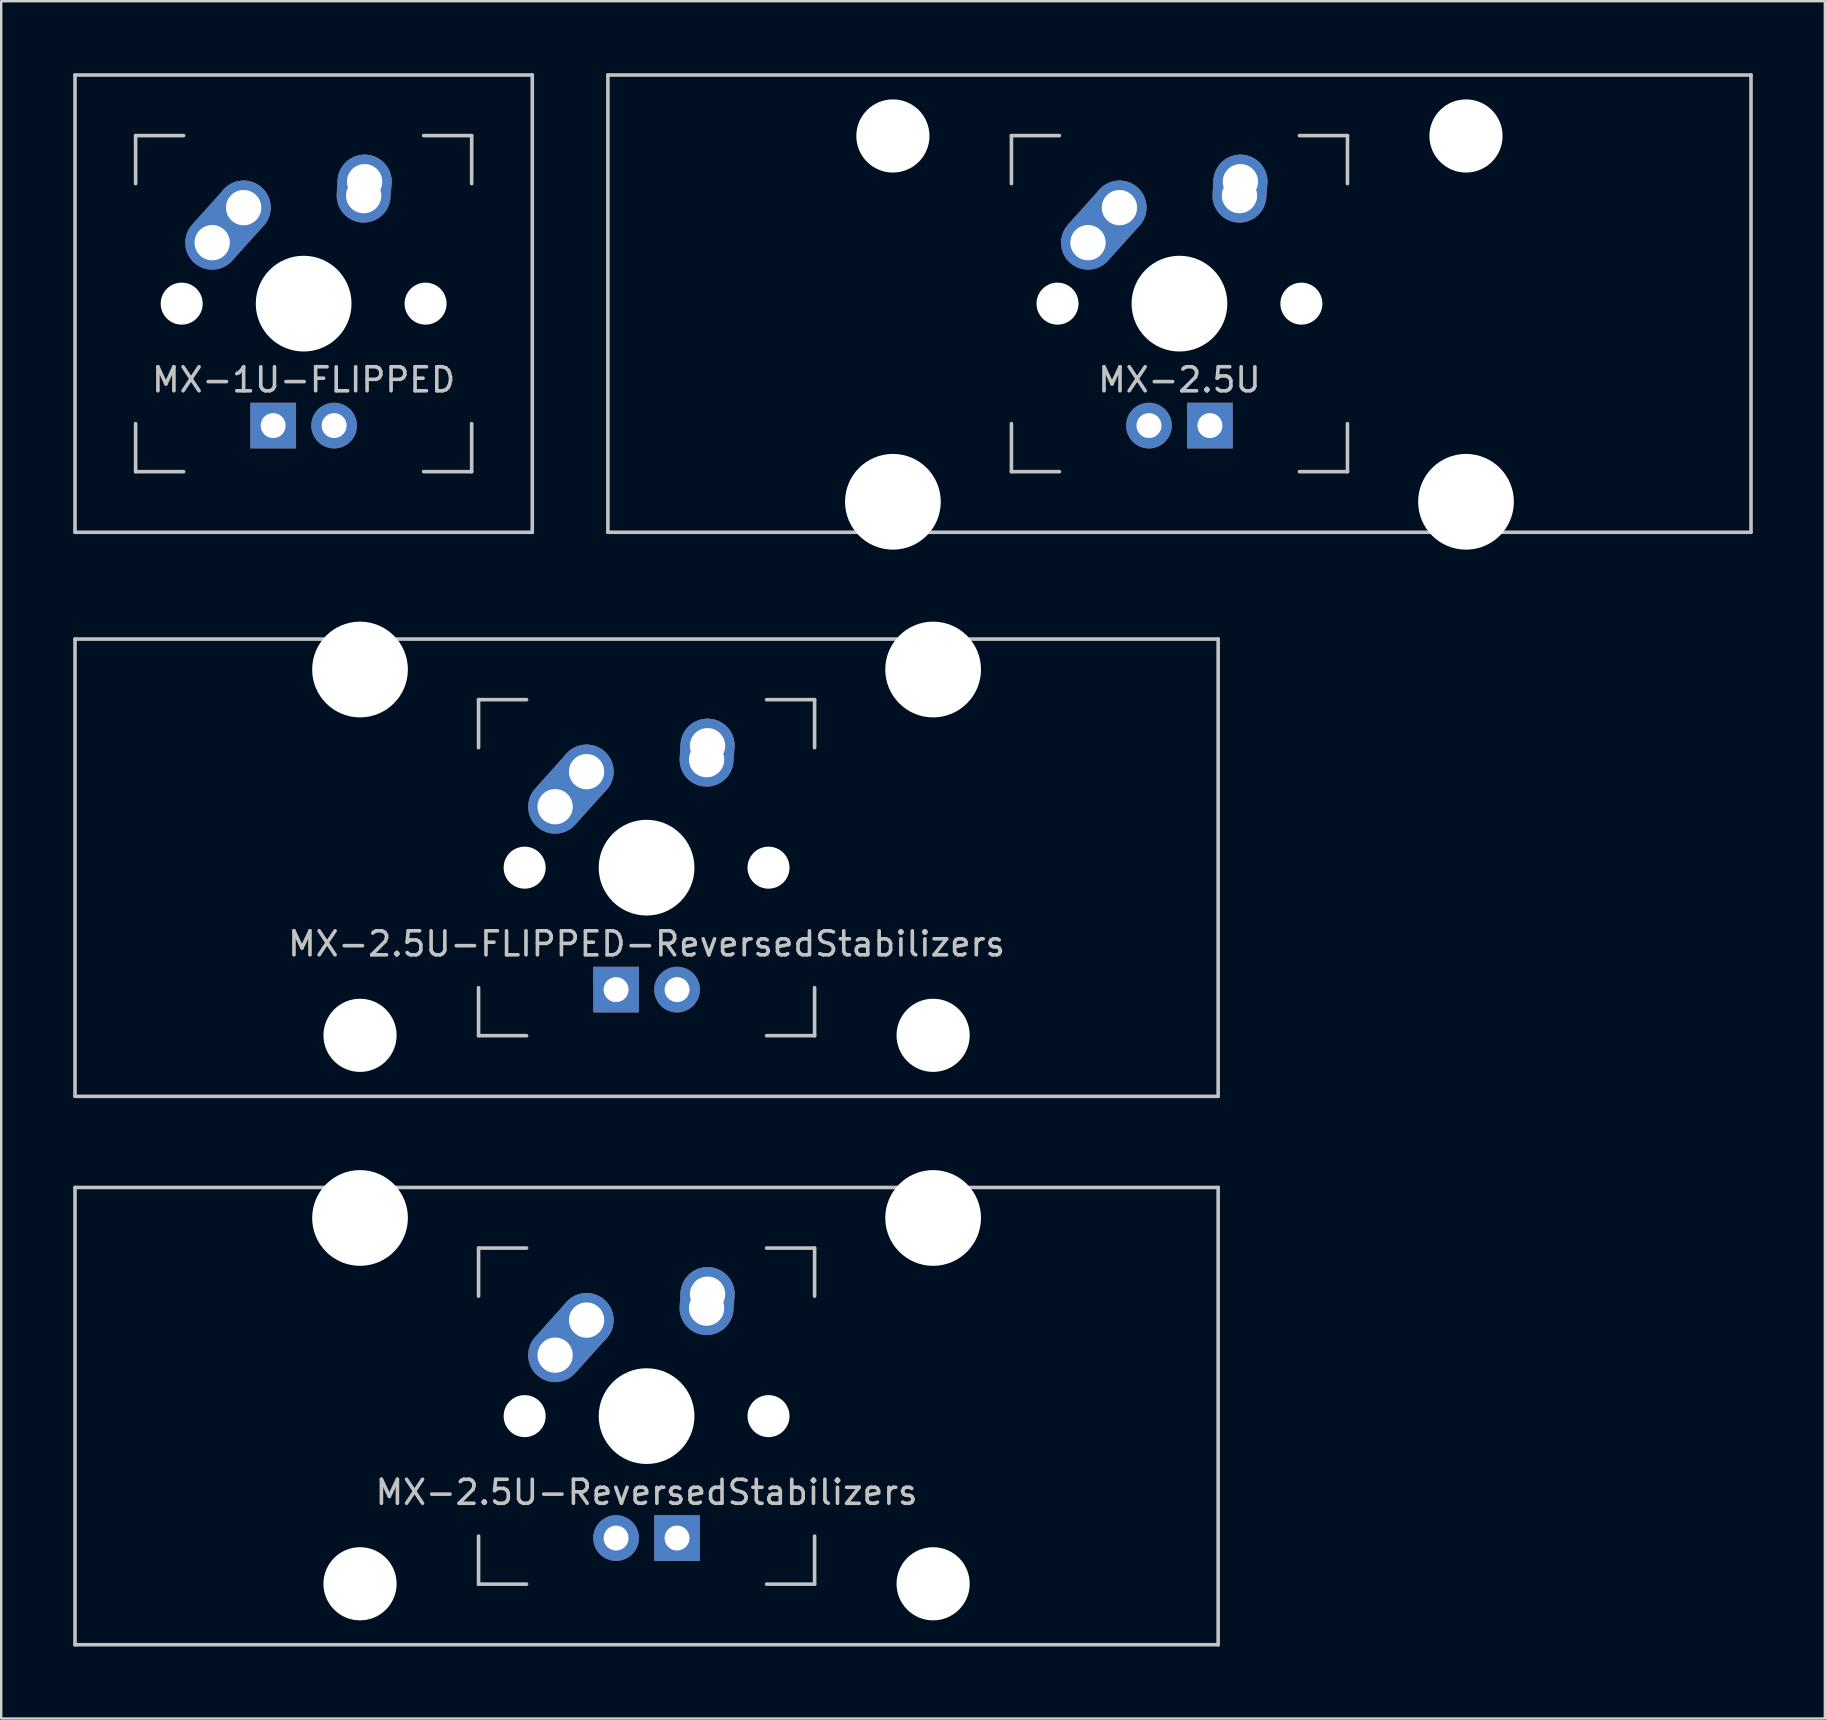
<source format=kicad_pcb>
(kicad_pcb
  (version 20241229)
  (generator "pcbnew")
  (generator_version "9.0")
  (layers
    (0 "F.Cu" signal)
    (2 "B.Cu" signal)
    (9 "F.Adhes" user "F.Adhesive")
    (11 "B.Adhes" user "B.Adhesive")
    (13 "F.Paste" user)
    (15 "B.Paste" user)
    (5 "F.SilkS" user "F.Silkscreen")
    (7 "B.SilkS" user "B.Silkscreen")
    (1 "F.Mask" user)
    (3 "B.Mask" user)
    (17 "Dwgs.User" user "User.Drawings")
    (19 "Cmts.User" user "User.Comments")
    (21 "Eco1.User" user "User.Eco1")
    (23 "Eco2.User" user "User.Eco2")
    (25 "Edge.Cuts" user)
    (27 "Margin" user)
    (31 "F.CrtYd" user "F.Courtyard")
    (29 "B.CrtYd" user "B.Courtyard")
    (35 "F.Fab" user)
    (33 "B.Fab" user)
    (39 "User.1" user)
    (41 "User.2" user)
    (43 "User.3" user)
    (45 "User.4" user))
  (footprint "MX-2.5U-ReversedStabilizers"
    (layer "F.Cu")
    (at 23.887 55.947)
    (property "Reference" "MX-2.5U-ReversedStabilizers" (at 0 3.175 0) (layer "Dwgs.User") (effects (font (size 1 1) (thickness 0.15))))
    (attr through_hole)
    (fp_line (start -23.812 -9.525) (end 23.812 -9.525) (stroke (width 0.15) (type solid)) (layer "Dwgs.User"))
    (fp_line (start -23.812 9.525) (end -23.812 -9.525) (stroke (width 0.15) (type solid)) (layer "Dwgs.User"))
    (fp_line (start -23.812 9.525) (end 23.812 9.525) (stroke (width 0.15) (type solid)) (layer "Dwgs.User"))
    (fp_line (start -7 -7) (end -7 -5) (stroke (width 0.15) (type solid)) (layer "Dwgs.User"))
    (fp_line (start -7 5) (end -7 7) (stroke (width 0.15) (type solid)) (layer "Dwgs.User"))
    (fp_line (start -7 7) (end -5 7) (stroke (width 0.15) (type solid)) (layer "Dwgs.User"))
    (fp_line (start -5 -7) (end -7 -7) (stroke (width 0.15) (type solid)) (layer "Dwgs.User"))
    (fp_line (start 5 -7) (end 7 -7) (stroke (width 0.15) (type solid)) (layer "Dwgs.User"))
    (fp_line (start 5 7) (end 7 7) (stroke (width 0.15) (type solid)) (layer "Dwgs.User"))
    (fp_line (start 7 -7) (end 7 -5) (stroke (width 0.15) (type solid)) (layer "Dwgs.User"))
    (fp_line (start 7 7) (end 7 5) (stroke (width 0.15) (type solid)) (layer "Dwgs.User"))
    (fp_line (start 23.812 -9.525) (end 23.812 9.525) (stroke (width 0.15) (type solid)) (layer "Dwgs.User"))
    (pad "" np_thru_hole circle (at -11.938 -8.255) (size 3.988 3.988) (drill 3.988) (layers "*.Cu" "*.Mask"))
    (pad "" np_thru_hole circle (at -11.938 6.985) (size 3.048 3.048) (drill 3.048) (layers "*.Cu" "*.Mask"))
    (pad "" np_thru_hole circle (at -5.08 0 48.1) (size 1.75 1.75) (drill 1.75) (layers "*.Cu" "*.Mask"))
    (pad "" np_thru_hole circle (at 0 0) (size 3.988 3.988) (drill 3.988) (layers "*.Cu" "*.Mask"))
    (pad "" np_thru_hole circle (at 5.08 0 48.1) (size 1.75 1.75) (drill 1.75) (layers "*.Cu" "*.Mask"))
    (pad "" np_thru_hole circle (at 11.938 -8.255) (size 3.988 3.988) (drill 3.988) (layers "*.Cu" "*.Mask"))
    (pad "" np_thru_hole circle (at 11.938 6.985) (size 3.048 3.048) (drill 3.048) (layers "*.Cu" "*.Mask"))
    (pad "1" thru_hole oval (at -3.81 -2.54 48.1) (size 4.212 2.25) (drill 1.47 (offset 0.981 0)) (layers "*.Cu" "B.Mask"))
    (pad "1" thru_hole circle (at -2.5 -4) (size 2.25 2.25) (drill 1.47) (layers "*.Cu" "B.Mask"))
    (pad "2" thru_hole oval (at 2.5 -4.5 86.055) (size 2.831 2.25) (drill 1.47 (offset 0.291 0)) (layers "*.Cu" "B.Mask"))
    (pad "2" thru_hole circle (at 2.54 -5.08) (size 2.25 2.25) (drill 1.47) (layers "*.Cu" "B.Mask"))
    (pad "3" thru_hole circle (at -1.27 5.08) (size 1.905 1.905) (drill 1.04) (layers "*.Cu" "B.Mask"))
    (pad "4" thru_hole rect (at 1.27 5.08) (size 1.905 1.905) (drill 1.04) (layers "*.Cu" "B.Mask")))
  (footprint "MX-2.5U-FLIPPED-ReversedStabilizers"
    (layer "F.Cu")
    (at 23.887 33.098)
    (property "Reference" "MX-2.5U-FLIPPED-ReversedStabilizers" (at 0 3.175 0) (layer "Dwgs.User") (effects (font (size 1 1) (thickness 0.15))))
    (attr through_hole)
    (fp_line (start -23.812 -9.525) (end 23.812 -9.525) (stroke (width 0.15) (type solid)) (layer "Dwgs.User"))
    (fp_line (start -23.812 9.525) (end -23.812 -9.525) (stroke (width 0.15) (type solid)) (layer "Dwgs.User"))
    (fp_line (start -23.812 9.525) (end 23.812 9.525) (stroke (width 0.15) (type solid)) (layer "Dwgs.User"))
    (fp_line (start -7 -7) (end -7 -5) (stroke (width 0.15) (type solid)) (layer "Dwgs.User"))
    (fp_line (start -7 5) (end -7 7) (stroke (width 0.15) (type solid)) (layer "Dwgs.User"))
    (fp_line (start -7 7) (end -5 7) (stroke (width 0.15) (type solid)) (layer "Dwgs.User"))
    (fp_line (start -5 -7) (end -7 -7) (stroke (width 0.15) (type solid)) (layer "Dwgs.User"))
    (fp_line (start 5 -7) (end 7 -7) (stroke (width 0.15) (type solid)) (layer "Dwgs.User"))
    (fp_line (start 5 7) (end 7 7) (stroke (width 0.15) (type solid)) (layer "Dwgs.User"))
    (fp_line (start 7 -7) (end 7 -5) (stroke (width 0.15) (type solid)) (layer "Dwgs.User"))
    (fp_line (start 7 7) (end 7 5) (stroke (width 0.15) (type solid)) (layer "Dwgs.User"))
    (fp_line (start 23.812 -9.525) (end 23.812 9.525) (stroke (width 0.15) (type solid)) (layer "Dwgs.User"))
    (pad "" np_thru_hole circle (at -11.938 -8.255) (size 3.988 3.988) (drill 3.988) (layers "*.Cu" "*.Mask"))
    (pad "" np_thru_hole circle (at -11.938 6.985) (size 3.048 3.048) (drill 3.048) (layers "*.Cu" "*.Mask"))
    (pad "" np_thru_hole circle (at -5.08 0 48.1) (size 1.75 1.75) (drill 1.75) (layers "*.Cu" "*.Mask"))
    (pad "" np_thru_hole circle (at 0 0) (size 3.988 3.988) (drill 3.988) (layers "*.Cu" "*.Mask"))
    (pad "" np_thru_hole circle (at 5.08 0 48.1) (size 1.75 1.75) (drill 1.75) (layers "*.Cu" "*.Mask"))
    (pad "" np_thru_hole circle (at 11.938 -8.255) (size 3.988 3.988) (drill 3.988) (layers "*.Cu" "*.Mask"))
    (pad "" np_thru_hole circle (at 11.938 6.985) (size 3.048 3.048) (drill 3.048) (layers "*.Cu" "*.Mask"))
    (pad "1" thru_hole oval (at -3.81 -2.54 48.1) (size 4.212 2.25) (drill 1.47 (offset 0.981 0)) (layers "*.Cu" "B.Mask"))
    (pad "1" thru_hole circle (at -2.5 -4) (size 2.25 2.25) (drill 1.47) (layers "*.Cu" "B.Mask"))
    (pad "2" thru_hole oval (at 2.5 -4.5 86.055) (size 2.831 2.25) (drill 1.47 (offset 0.291 0)) (layers "*.Cu" "B.Mask"))
    (pad "2" thru_hole circle (at 2.54 -5.08) (size 2.25 2.25) (drill 1.47) (layers "*.Cu" "B.Mask"))
    (pad "3" thru_hole circle (at 1.27 5.08) (size 1.905 1.905) (drill 1.04) (layers "*.Cu" "B.Mask"))
    (pad "4" thru_hole rect (at -1.27 5.08) (size 1.905 1.905) (drill 1.04) (layers "*.Cu" "B.Mask")))
  (footprint "MX-1U-FLIPPED"
    (layer "F.Cu")
    (at 9.6 9.6)
    (property "Reference" "MX-1U-FLIPPED" (at 0 3.175 0) (layer "Dwgs.User") (effects (font (size 1 1) (thickness 0.15))))
    (attr through_hole)
    (fp_line (start -9.525 -9.525) (end 9.525 -9.525) (stroke (width 0.15) (type solid)) (layer "Dwgs.User"))
    (fp_line (start -9.525 9.525) (end -9.525 -9.525) (stroke (width 0.15) (type solid)) (layer "Dwgs.User"))
    (fp_line (start -7 -7) (end -7 -5) (stroke (width 0.15) (type solid)) (layer "Dwgs.User"))
    (fp_line (start -7 5) (end -7 7) (stroke (width 0.15) (type solid)) (layer "Dwgs.User"))
    (fp_line (start -7 7) (end -5 7) (stroke (width 0.15) (type solid)) (layer "Dwgs.User"))
    (fp_line (start -5 -7) (end -7 -7) (stroke (width 0.15) (type solid)) (layer "Dwgs.User"))
    (fp_line (start 5 -7) (end 7 -7) (stroke (width 0.15) (type solid)) (layer "Dwgs.User"))
    (fp_line (start 5 7) (end 7 7) (stroke (width 0.15) (type solid)) (layer "Dwgs.User"))
    (fp_line (start 7 -7) (end 7 -5) (stroke (width 0.15) (type solid)) (layer "Dwgs.User"))
    (fp_line (start 7 7) (end 7 5) (stroke (width 0.15) (type solid)) (layer "Dwgs.User"))
    (fp_line (start 9.525 -9.525) (end 9.525 9.525) (stroke (width 0.15) (type solid)) (layer "Dwgs.User"))
    (fp_line (start 9.525 9.525) (end -9.525 9.525) (stroke (width 0.15) (type solid)) (layer "Dwgs.User"))
    (pad "" np_thru_hole circle (at -5.08 0 48.1) (size 1.75 1.75) (drill 1.75) (layers "*.Cu" "*.Mask"))
    (pad "" np_thru_hole circle (at 0 0) (size 3.988 3.988) (drill 3.988) (layers "*.Cu" "*.Mask"))
    (pad "" np_thru_hole circle (at 5.08 0 48.1) (size 1.75 1.75) (drill 1.75) (layers "*.Cu" "*.Mask"))
    (pad "1" thru_hole oval (at -3.81 -2.54 48.1) (size 4.212 2.25) (drill 1.47 (offset 0.981 0)) (layers "*.Cu" "B.Mask"))
    (pad "1" thru_hole circle (at -2.5 -4) (size 2.25 2.25) (drill 1.47) (layers "*.Cu" "B.Mask"))
    (pad "2" thru_hole oval (at 2.5 -4.5 86.055) (size 2.831 2.25) (drill 1.47 (offset 0.291 0)) (layers "*.Cu" "B.Mask"))
    (pad "2" thru_hole circle (at 2.54 -5.08) (size 2.25 2.25) (drill 1.47) (layers "*.Cu" "B.Mask"))
    (pad "3" thru_hole circle (at 1.27 5.08) (size 1.905 1.905) (drill 1.04) (layers "*.Cu" "B.Mask"))
    (pad "4" thru_hole rect (at -1.27 5.08) (size 1.905 1.905) (drill 1.04) (layers "*.Cu" "B.Mask")))
  (footprint "MX-2.5U"
    (layer "F.Cu")
    (at 46.087 9.6)
    (property "Reference" "MX-2.5U" (at 0 3.175 0) (layer "Dwgs.User") (effects (font (size 1 1) (thickness 0.15))))
    (attr through_hole)
    (fp_line (start -23.812 -9.525) (end 23.812 -9.525) (stroke (width 0.15) (type solid)) (layer "Dwgs.User"))
    (fp_line (start -23.812 9.525) (end -23.812 -9.525) (stroke (width 0.15) (type solid)) (layer "Dwgs.User"))
    (fp_line (start -23.812 9.525) (end 23.812 9.525) (stroke (width 0.15) (type solid)) (layer "Dwgs.User"))
    (fp_line (start -7 -7) (end -7 -5) (stroke (width 0.15) (type solid)) (layer "Dwgs.User"))
    (fp_line (start -7 5) (end -7 7) (stroke (width 0.15) (type solid)) (layer "Dwgs.User"))
    (fp_line (start -7 7) (end -5 7) (stroke (width 0.15) (type solid)) (layer "Dwgs.User"))
    (fp_line (start -5 -7) (end -7 -7) (stroke (width 0.15) (type solid)) (layer "Dwgs.User"))
    (fp_line (start 5 -7) (end 7 -7) (stroke (width 0.15) (type solid)) (layer "Dwgs.User"))
    (fp_line (start 5 7) (end 7 7) (stroke (width 0.15) (type solid)) (layer "Dwgs.User"))
    (fp_line (start 7 -7) (end 7 -5) (stroke (width 0.15) (type solid)) (layer "Dwgs.User"))
    (fp_line (start 7 7) (end 7 5) (stroke (width 0.15) (type solid)) (layer "Dwgs.User"))
    (fp_line (start 23.812 -9.525) (end 23.812 9.525) (stroke (width 0.15) (type solid)) (layer "Dwgs.User"))
    (pad "" np_thru_hole circle (at -11.938 -6.985) (size 3.048 3.048) (drill 3.048) (layers "*.Cu" "*.Mask"))
    (pad "" np_thru_hole circle (at -11.938 8.255) (size 3.988 3.988) (drill 3.988) (layers "*.Cu" "*.Mask"))
    (pad "" np_thru_hole circle (at -5.08 0 48.1) (size 1.75 1.75) (drill 1.75) (layers "*.Cu" "*.Mask"))
    (pad "" np_thru_hole circle (at 0 0) (size 3.988 3.988) (drill 3.988) (layers "*.Cu" "*.Mask"))
    (pad "" np_thru_hole circle (at 5.08 0 48.1) (size 1.75 1.75) (drill 1.75) (layers "*.Cu" "*.Mask"))
    (pad "" np_thru_hole circle (at 11.938 -6.985) (size 3.048 3.048) (drill 3.048) (layers "*.Cu" "*.Mask"))
    (pad "" np_thru_hole circle (at 11.938 8.255) (size 3.988 3.988) (drill 3.988) (layers "*.Cu" "*.Mask"))
    (pad "1" thru_hole oval (at -3.81 -2.54 48.1) (size 4.212 2.25) (drill 1.47 (offset 0.981 0)) (layers "*.Cu" "B.Mask"))
    (pad "1" thru_hole circle (at -2.5 -4) (size 2.25 2.25) (drill 1.47) (layers "*.Cu" "B.Mask"))
    (pad "2" thru_hole oval (at 2.5 -4.5 86.055) (size 2.831 2.25) (drill 1.47 (offset 0.291 0)) (layers "*.Cu" "B.Mask"))
    (pad "2" thru_hole circle (at 2.54 -5.08) (size 2.25 2.25) (drill 1.47) (layers "*.Cu" "B.Mask"))
    (pad "3" thru_hole circle (at -1.27 5.08) (size 1.905 1.905) (drill 1.04) (layers "*.Cu" "B.Mask"))
    (pad "4" thru_hole rect (at 1.27 5.08) (size 1.905 1.905) (drill 1.04) (layers "*.Cu" "B.Mask")))
  (gr_rect
    (start -3 -3)
    (end 72.975 68.547)
    (stroke (width 0.1) (type default))
    (fill no)
    (layer "Edge.Cuts")))
</source>
